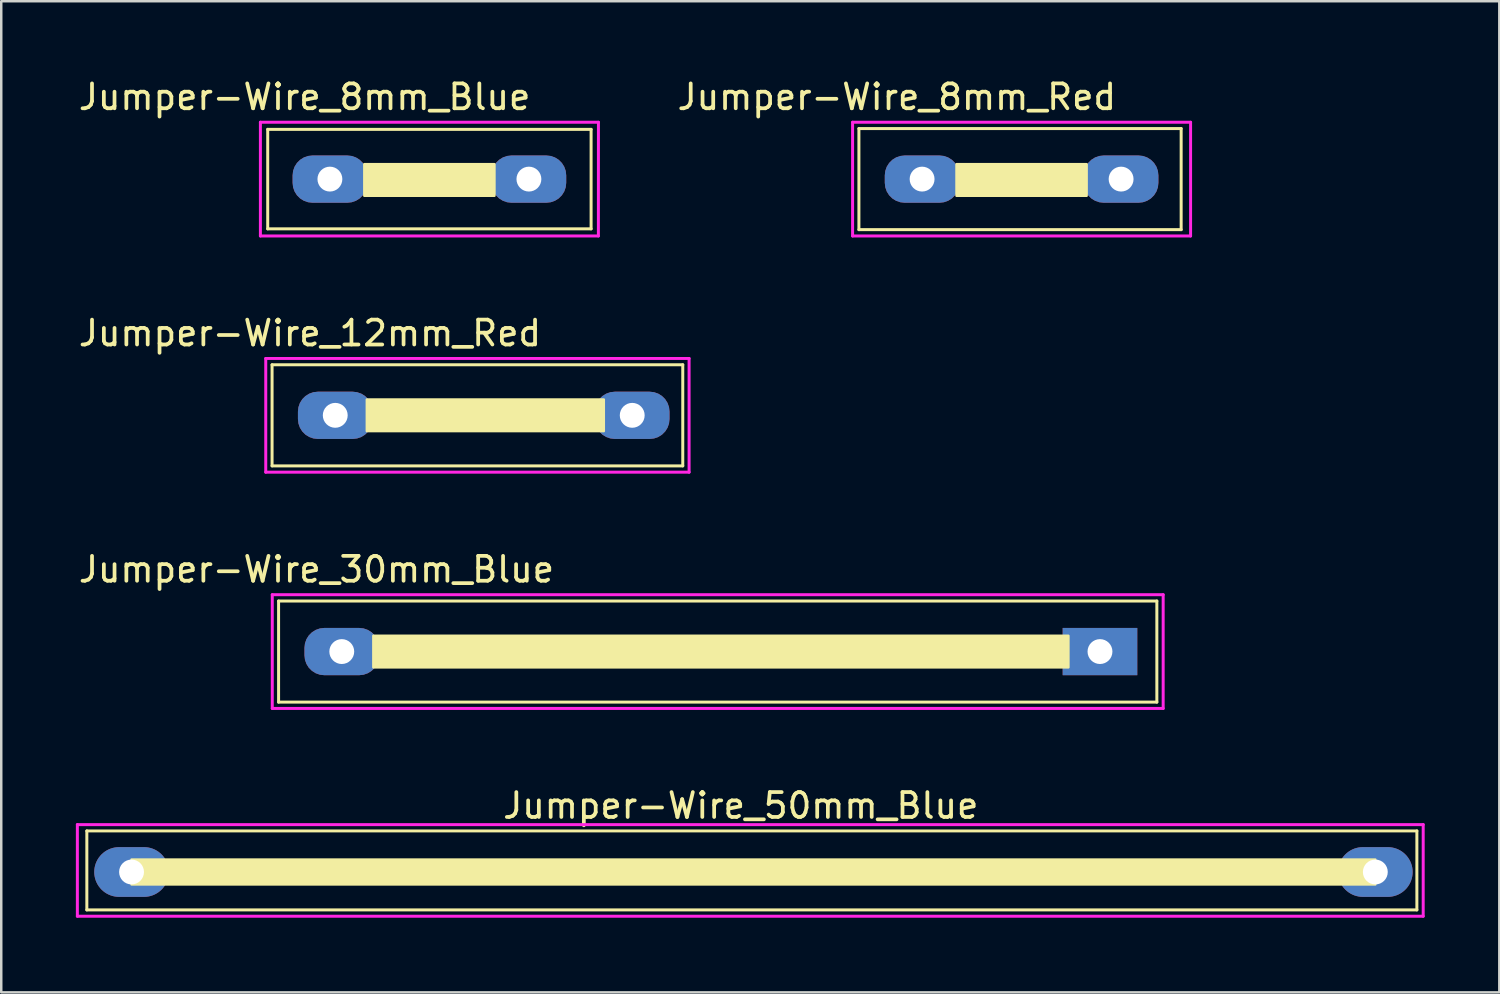
<source format=kicad_pcb>
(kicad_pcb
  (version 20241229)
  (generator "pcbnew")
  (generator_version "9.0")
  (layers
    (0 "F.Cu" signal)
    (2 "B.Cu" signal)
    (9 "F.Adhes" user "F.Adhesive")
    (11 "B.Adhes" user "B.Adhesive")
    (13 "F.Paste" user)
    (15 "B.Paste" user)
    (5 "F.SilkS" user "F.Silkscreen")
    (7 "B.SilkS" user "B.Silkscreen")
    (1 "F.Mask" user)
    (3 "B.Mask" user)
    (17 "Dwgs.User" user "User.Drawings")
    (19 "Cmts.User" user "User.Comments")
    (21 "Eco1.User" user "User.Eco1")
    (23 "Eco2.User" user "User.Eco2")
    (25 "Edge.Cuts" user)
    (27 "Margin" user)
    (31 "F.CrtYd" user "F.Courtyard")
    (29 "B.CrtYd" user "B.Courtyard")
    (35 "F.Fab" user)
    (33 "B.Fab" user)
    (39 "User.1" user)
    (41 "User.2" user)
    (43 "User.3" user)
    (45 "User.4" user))
  (footprint "Jumper-Wire_8mm_Blue"
    (layer "F.Cu")
    (at 10.212 4.15)
    (property "Reference" "Jumper-Wire_8mm_Blue" (at -1.016 -3.302 0) (layer "F.SilkS") (effects (font (size 1 1) (thickness 0.15))))
    (attr through_hole)
    (fp_line (start -2.5 -2) (end 10.5 -2) (stroke (width 0.12) (type solid)) (layer "F.SilkS"))
    (fp_line (start -2.5 2) (end -2.5 -2) (stroke (width 0.12) (type solid)) (layer "F.SilkS"))
    (fp_line (start 10.5 -2) (end 10.5 2) (stroke (width 0.12) (type solid)) (layer "F.SilkS"))
    (fp_line (start 10.5 2) (end -2.5 2) (stroke (width 0.12) (type solid)) (layer "F.SilkS"))
    (fp_poly (pts (xy 6.614 0.67) (xy 1.384 0.67) (xy 1.384 -0.6) (xy 6.614 -0.6)) (stroke (width 0.1) (type solid)) (fill yes) (layer "F.SilkS"))
    (fp_line (start -2.794 -2.286) (end 10.795 -2.286) (stroke (width 0.12) (type solid)) (layer "F.CrtYd"))
    (fp_line (start -2.794 2.286) (end -2.794 -2.286) (stroke (width 0.12) (type solid)) (layer "F.CrtYd"))
    (fp_line (start 10.793 2.286) (end -2.794 2.286) (stroke (width 0.12) (type solid)) (layer "F.CrtYd"))
    (fp_line (start 10.795 -2.286) (end 10.793 2.286) (stroke (width 0.12) (type solid)) (layer "F.CrtYd"))
    (pad "1" thru_hole roundrect (at 0 0) (size 3 1.9) (drill 1) (layers "*.Cu") (roundrect_rratio 0.421))
    (pad "2" thru_hole roundrect (at 8 0) (size 3 1.9) (drill 1) (layers "*.Cu") (roundrect_rratio 0.421)))
  (footprint "Jumper-Wire_12mm_Red"
    (layer "F.Cu")
    (at 10.427 13.646)
    (property "Reference" "Jumper-Wire_12mm_Red" (at -1.016 -3.302 0) (layer "F.SilkS") (effects (font (size 1 1) (thickness 0.15))))
    (attr through_hole)
    (fp_line (start -2.54 -2.032) (end 13.97 -2.032) (stroke (width 0.12) (type solid)) (layer "F.SilkS"))
    (fp_line (start -2.54 2.032) (end -2.54 -2.032) (stroke (width 0.12) (type solid)) (layer "F.SilkS"))
    (fp_line (start 13.97 -2.032) (end 13.97 2.032) (stroke (width 0.12) (type solid)) (layer "F.SilkS"))
    (fp_line (start 13.97 2.032) (end -2.54 2.032) (stroke (width 0.12) (type solid)) (layer "F.SilkS"))
    (fp_poly (pts (xy 10.795 0.635) (xy 1.27 0.635) (xy 1.27 -0.635) (xy 10.795 -0.635)) (stroke (width 0.1) (type solid)) (fill yes) (layer "F.SilkS"))
    (fp_line (start -2.794 -2.286) (end 14.224 -2.286) (stroke (width 0.12) (type solid)) (layer "F.CrtYd"))
    (fp_line (start -2.794 2.286) (end -2.794 -2.286) (stroke (width 0.12) (type solid)) (layer "F.CrtYd"))
    (fp_line (start 14.224 -2.286) (end 14.224 2.286) (stroke (width 0.12) (type solid)) (layer "F.CrtYd"))
    (fp_line (start 14.224 2.286) (end -2.794 2.286) (stroke (width 0.12) (type solid)) (layer "F.CrtYd"))
    (pad "1" thru_hole roundrect (at 0 0) (size 3 1.9) (drill 1) (layers "*.Cu") (roundrect_rratio 0.421))
    (pad "2" thru_hole roundrect (at 11.938 0) (size 3 1.9) (drill 1) (layers "*.Cu") (roundrect_rratio 0.421)))
  (footprint "Jumper-Wire_8mm_Red"
    (layer "F.Cu")
    (at 34.018 4.15)
    (property "Reference" "Jumper-Wire_8mm_Red" (at -1.016 -3.302 0) (layer "F.SilkS") (effects (font (size 1 1) (thickness 0.15))))
    (attr through_hole)
    (fp_line (start -2.54 -2.032) (end 10.414 -2.032) (stroke (width 0.12) (type solid)) (layer "F.SilkS"))
    (fp_line (start -2.54 2.032) (end -2.54 -2.032) (stroke (width 0.12) (type solid)) (layer "F.SilkS"))
    (fp_line (start 10.414 -2.032) (end 10.414 2.032) (stroke (width 0.12) (type solid)) (layer "F.SilkS"))
    (fp_line (start 10.414 2.032) (end -2.54 2.032) (stroke (width 0.12) (type solid)) (layer "F.SilkS"))
    (fp_poly (pts (xy 6.614 0.67) (xy 1.384 0.67) (xy 1.384 -0.6) (xy 6.614 -0.6)) (stroke (width 0.1) (type solid)) (fill yes) (layer "F.SilkS"))
    (fp_line (start -2.794 -2.286) (end 10.793 -2.286) (stroke (width 0.12) (type solid)) (layer "F.CrtYd"))
    (fp_line (start -2.794 2.286) (end -2.794 -2.286) (stroke (width 0.12) (type solid)) (layer "F.CrtYd"))
    (fp_line (start 10.793 -2.286) (end 10.793 2.286) (stroke (width 0.12) (type solid)) (layer "F.CrtYd"))
    (fp_line (start 10.793 2.286) (end -2.794 2.286) (stroke (width 0.12) (type solid)) (layer "F.CrtYd"))
    (pad "1" thru_hole roundrect (at 0 0) (size 3 1.9) (drill 1) (layers "*.Cu") (roundrect_rratio 0.421))
    (pad "2" thru_hole roundrect (at 8 0) (size 3 1.9) (drill 1) (layers "*.Cu") (roundrect_rratio 0.421)))
  (footprint "Jumper-Wire_30mm_Blue"
    (layer "F.Cu")
    (at 10.689 23.143)
    (property "Reference" "Jumper-Wire_30mm_Blue" (at -1.016 -3.302 0) (layer "F.SilkS") (effects (font (size 1 1) (thickness 0.15))))
    (attr through_hole)
    (fp_line (start -2.54 -2.032) (end 32.766 -2.032) (stroke (width 0.12) (type solid)) (layer "F.SilkS"))
    (fp_line (start -2.54 2.032) (end -2.54 -2.032) (stroke (width 0.12) (type solid)) (layer "F.SilkS"))
    (fp_line (start 32.766 -2.032) (end 32.766 2.032) (stroke (width 0.12) (type solid)) (layer "F.SilkS"))
    (fp_line (start 32.766 2.032) (end -2.54 2.032) (stroke (width 0.12) (type solid)) (layer "F.SilkS"))
    (fp_poly (pts (xy 29.21 0.635) (xy 1.27 0.635) (xy 1.27 -0.635) (xy 29.21 -0.635)) (stroke (width 0.1) (type solid)) (fill yes) (layer "F.SilkS"))
    (fp_line (start -2.794 -2.286) (end 33.02 -2.286) (stroke (width 0.12) (type solid)) (layer "F.CrtYd"))
    (fp_line (start -2.794 2.286) (end -2.794 -2.286) (stroke (width 0.12) (type solid)) (layer "F.CrtYd"))
    (fp_line (start 33.02 -2.286) (end 33.02 2.286) (stroke (width 0.12) (type solid)) (layer "F.CrtYd"))
    (fp_line (start 33.02 2.286) (end -2.794 2.286) (stroke (width 0.12) (type solid)) (layer "F.CrtYd"))
    (pad "1" thru_hole roundrect (at 0 0) (size 3 1.9) (drill 1) (layers "*.Cu") (roundrect_rratio 0.421))
    (pad "2" thru_hole rect (at 30.48 0) (size 3 1.9) (drill 1) (layers "*.Cu")))
  (footprint "Jumper-Wire_50mm_Blue"
    (layer "F.Cu")
    (at 27.238 32.004)
    (property "Reference" "Jumper-Wire_50mm_Blue" (at -0.508 -2.667 0) (layer "F.SilkS") (effects (font (size 1 1) (thickness 0.15))))
    (attr through_hole)
    (fp_line (start -26.797 -1.651) (end 26.67 -1.651) (stroke (width 0.12) (type solid)) (layer "F.SilkS"))
    (fp_line (start -26.797 1.524) (end -26.797 -1.651) (stroke (width 0.12) (type solid)) (layer "F.SilkS"))
    (fp_line (start 26.67 -1.651) (end 26.67 1.524) (stroke (width 0.12) (type solid)) (layer "F.SilkS"))
    (fp_line (start 26.67 1.524) (end -26.797 1.524) (stroke (width 0.12) (type solid)) (layer "F.SilkS"))
    (fp_poly (pts (xy 25 0.5) (xy -25 0.5) (xy -25 -0.5) (xy 25 -0.5)) (stroke (width 0.1) (type solid)) (fill yes) (layer "F.SilkS"))
    (fp_line (start -27.178 -1.905) (end -27.178 1.778) (stroke (width 0.12) (type solid)) (layer "F.CrtYd"))
    (fp_line (start -27.178 1.778) (end 26.924 1.778) (stroke (width 0.12) (type solid)) (layer "F.CrtYd"))
    (fp_line (start 26.924 -1.905) (end -27.178 -1.905) (stroke (width 0.12) (type solid)) (layer "F.CrtYd"))
    (fp_line (start 26.924 1.778) (end 26.924 -1.905) (stroke (width 0.12) (type solid)) (layer "F.CrtYd"))
    (pad "1" thru_hole oval (at -25 0) (size 3 2) (drill 1) (layers "*.Cu"))
    (pad "2" thru_hole oval (at 25 0) (size 3 2) (drill 1) (layers "*.Cu")))
  (gr_rect
    (start -3 -3)
    (end 57.222 36.842)
    (stroke (width 0.1) (type default))
    (fill no)
    (layer "Edge.Cuts")))
</source>
